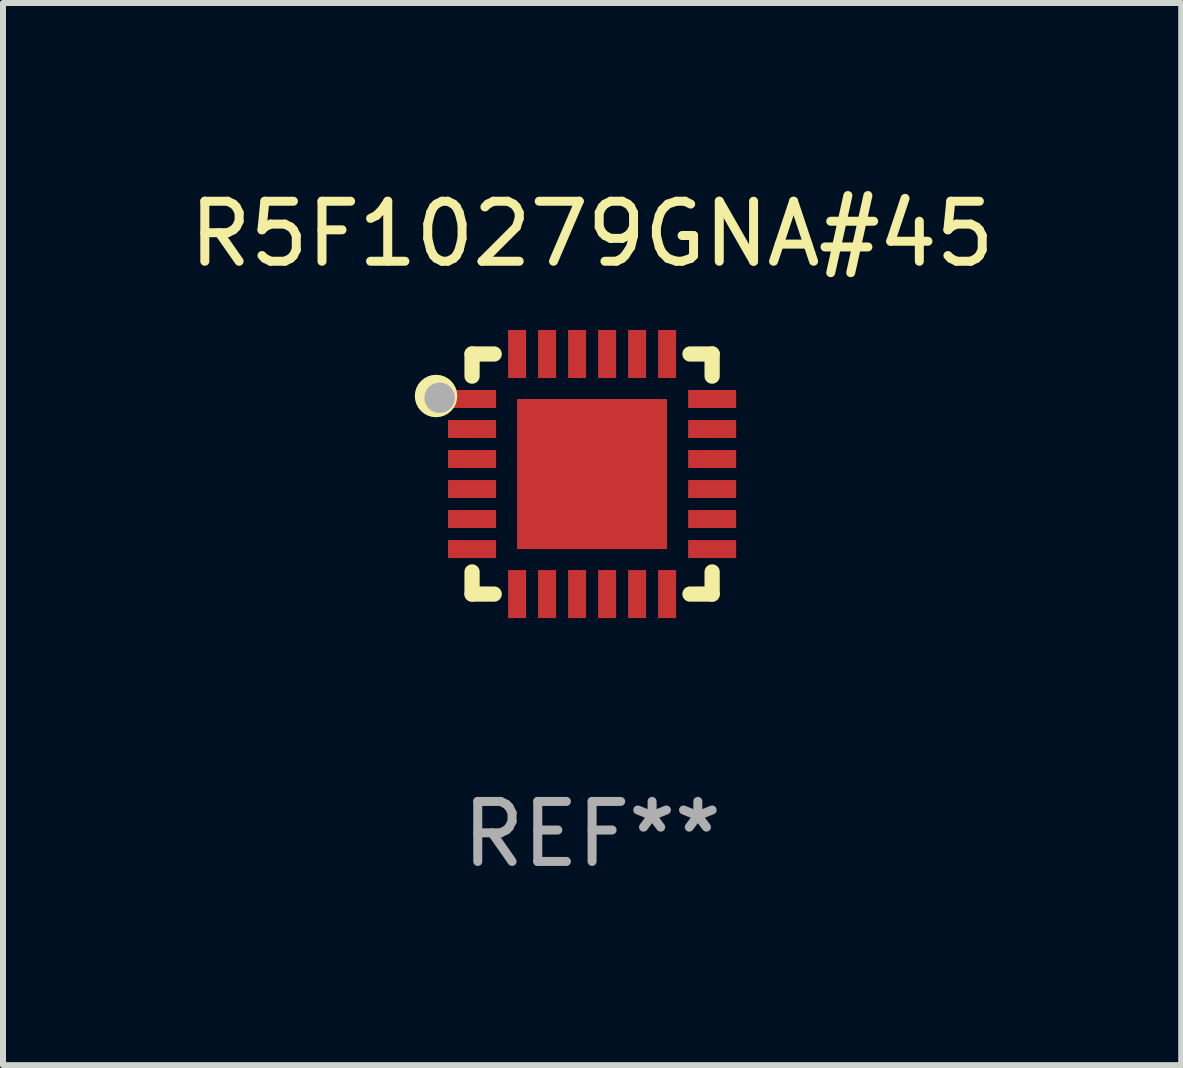
<source format=kicad_pcb>
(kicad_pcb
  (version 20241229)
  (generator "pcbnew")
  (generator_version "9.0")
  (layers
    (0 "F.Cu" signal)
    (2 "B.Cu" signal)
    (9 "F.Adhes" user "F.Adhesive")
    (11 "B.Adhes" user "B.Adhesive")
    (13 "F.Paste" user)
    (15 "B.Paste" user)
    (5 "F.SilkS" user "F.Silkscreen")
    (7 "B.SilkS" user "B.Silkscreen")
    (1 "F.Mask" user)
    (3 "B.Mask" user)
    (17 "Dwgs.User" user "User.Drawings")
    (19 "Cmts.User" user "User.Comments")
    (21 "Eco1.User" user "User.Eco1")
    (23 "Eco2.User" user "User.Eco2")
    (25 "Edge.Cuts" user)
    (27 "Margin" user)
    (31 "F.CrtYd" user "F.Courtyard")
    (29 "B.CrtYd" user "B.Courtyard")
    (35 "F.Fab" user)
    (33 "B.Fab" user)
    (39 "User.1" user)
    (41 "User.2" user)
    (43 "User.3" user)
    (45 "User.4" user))
  (footprint "R5F10279GNA#45"
    (layer "F.Cu")
    (at 6.815 4.848)
    (property "Reference" "R5F10279GNA#45" (at 0 -4 0) (layer "F.SilkS") (effects (font (size 1 1) (thickness 0.15))))
    (attr through_hole)
    (fp_line (start -2 -2) (end -1.631 -2) (stroke (width 0.254) (type solid)) (layer "F.SilkS"))
    (fp_line (start -2 -1.631) (end -2 -2) (stroke (width 0.254) (type solid)) (layer "F.SilkS"))
    (fp_line (start -2 2) (end -2 1.631) (stroke (width 0.254) (type solid)) (layer "F.SilkS"))
    (fp_line (start -1.631 2) (end -2 2) (stroke (width 0.254) (type solid)) (layer "F.SilkS"))
    (fp_line (start 1.631 -2) (end 2 -2) (stroke (width 0.254) (type solid)) (layer "F.SilkS"))
    (fp_line (start 2 -2) (end 2 -1.631) (stroke (width 0.254) (type solid)) (layer "F.SilkS"))
    (fp_line (start 2 1.631) (end 2 2) (stroke (width 0.254) (type solid)) (layer "F.SilkS"))
    (fp_line (start 2 2) (end 1.631 2) (stroke (width 0.254) (type solid)) (layer "F.SilkS"))
    (fp_circle (center -2.6 -1.3) (end -2.5 -1.3) (stroke (width 0.254) (type solid)) (fill no) (layer "F.SilkS"))
    (fp_circle (center -1.95 -1.95) (end -1.9 -1.95) (stroke (width 0.1) (type solid)) (fill no) (layer "F.SilkS"))
    (fp_circle (center -2.54 -1.27) (end -2.413 -1.27) (stroke (width 0.254) (type solid)) (fill no) (layer "F.Fab"))
    (fp_text user "REF**" (at 0 6 0) (layer "F.Fab") (effects (font (size 1 1) (thickness 0.15))))
    (pad "1" smd rect (at -2 -1.25) (size 0.8 0.3) (layers "F.Cu" "F.Mask" "F.Paste"))
    (pad "2" smd rect (at -2 -0.75) (size 0.8 0.3) (layers "F.Cu" "F.Mask" "F.Paste"))
    (pad "3" smd rect (at -2 -0.25) (size 0.8 0.3) (layers "F.Cu" "F.Mask" "F.Paste"))
    (pad "4" smd rect (at -2 0.25) (size 0.8 0.3) (layers "F.Cu" "F.Mask" "F.Paste"))
    (pad "5" smd rect (at -2 0.75) (size 0.8 0.3) (layers "F.Cu" "F.Mask" "F.Paste"))
    (pad "6" smd rect (at -2 1.25) (size 0.8 0.3) (layers "F.Cu" "F.Mask" "F.Paste"))
    (pad "7" smd rect (at -1.25 2) (size 0.3 0.8) (layers "F.Cu" "F.Mask" "F.Paste"))
    (pad "8" smd rect (at -0.75 2) (size 0.3 0.8) (layers "F.Cu" "F.Mask" "F.Paste"))
    (pad "9" smd rect (at -0.25 2) (size 0.3 0.8) (layers "F.Cu" "F.Mask" "F.Paste"))
    (pad "10" smd rect (at 0.25 2) (size 0.3 0.8) (layers "F.Cu" "F.Mask" "F.Paste"))
    (pad "11" smd rect (at 0.75 2) (size 0.3 0.8) (layers "F.Cu" "F.Mask" "F.Paste"))
    (pad "12" smd rect (at 1.25 2) (size 0.3 0.8) (layers "F.Cu" "F.Mask" "F.Paste"))
    (pad "13" smd rect (at 2 1.25) (size 0.8 0.3) (layers "F.Cu" "F.Mask" "F.Paste"))
    (pad "14" smd rect (at 2 0.75) (size 0.8 0.3) (layers "F.Cu" "F.Mask" "F.Paste"))
    (pad "15" smd rect (at 2 0.25) (size 0.8 0.3) (layers "F.Cu" "F.Mask" "F.Paste"))
    (pad "16" smd rect (at 2 -0.25) (size 0.8 0.3) (layers "F.Cu" "F.Mask" "F.Paste"))
    (pad "17" smd rect (at 2 -0.75) (size 0.8 0.3) (layers "F.Cu" "F.Mask" "F.Paste"))
    (pad "18" smd rect (at 2 -1.25) (size 0.8 0.3) (layers "F.Cu" "F.Mask" "F.Paste"))
    (pad "19" smd rect (at 1.25 -2) (size 0.3 0.8) (layers "F.Cu" "F.Mask" "F.Paste"))
    (pad "20" smd rect (at 0.75 -2) (size 0.3 0.8) (layers "F.Cu" "F.Mask" "F.Paste"))
    (pad "21" smd rect (at 0.25 -2) (size 0.3 0.8) (layers "F.Cu" "F.Mask" "F.Paste"))
    (pad "22" smd rect (at -0.25 -2) (size 0.3 0.8) (layers "F.Cu" "F.Mask" "F.Paste"))
    (pad "23" smd rect (at -0.75 -2) (size 0.3 0.8) (layers "F.Cu" "F.Mask" "F.Paste"))
    (pad "24" smd rect (at -1.25 -2) (size 0.3 0.8) (layers "F.Cu" "F.Mask" "F.Paste"))
    (pad "25" smd rect (at 0 0) (size 2.5 2.5) (layers "F.Cu" "F.Mask" "F.Paste")))
  (gr_rect
    (start -3 -3)
    (end 16.631 14.697)
    (stroke (width 0.1) (type default))
    (fill no)
    (layer "Edge.Cuts")))
</source>
